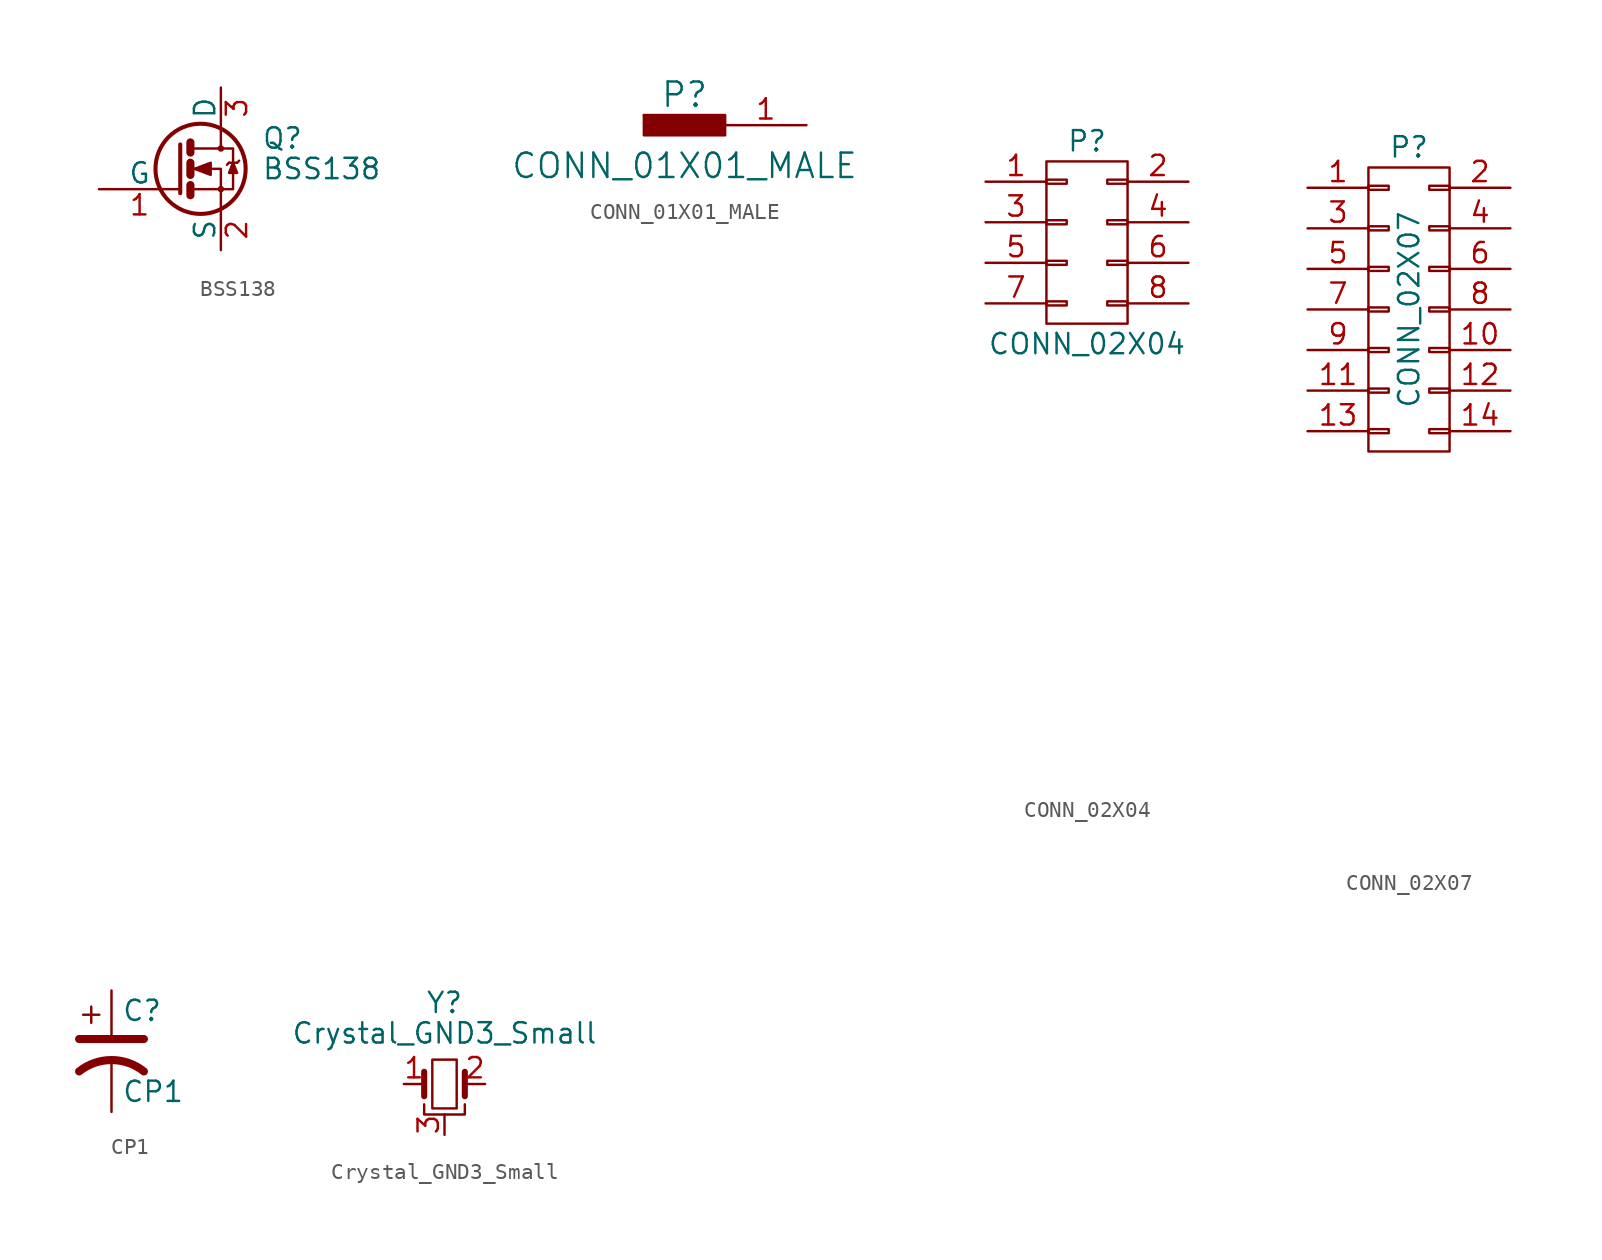
<source format=kicad_sym>
(kicad_symbol_lib
  (version 20241209)
  (generator "kicad_symbol_editor")
  (generator_version "9.0")
  (symbol "BSS138"
    (pin_names
      (offset 0))
    (property "Reference" "Q"
      (at 5.08 1.905 0)
      (effects (font (size 1.27 1.27)) (justify left)))
    (property "Value" "BSS138"
      (at 5.08 0 0)
      (effects (font (size 1.27 1.27)) (justify left)))
    (property "Datasheet" ""
      (at 0 0 0)
      (effects (font (size 1.27 1.27)) (justify left)))
    (symbol "BSS138_0_1"
      (polyline (pts (xy 0 1.524) (xy 0 -1.524) (xy 0 -1.524)) (stroke (width 0.254) (type solid)) (fill (type none)))
      (polyline (pts (xy 0.635 1.651) (xy 0.635 1.016)) (stroke (width 0.508) (type solid)) (fill (type none)))
      (polyline (pts (xy 0.635 0.381) (xy 0.635 -0.381)) (stroke (width 0.508) (type solid)) (fill (type none)))
      (polyline (pts (xy 0.635 -1.016) (xy 0.635 -1.651)) (stroke (width 0.508) (type solid)) (fill (type none)))
      (polyline (pts (xy 0.762 1.27) (xy 2.54 1.27) (xy 2.54 2.54) (xy 2.54 2.54)) (stroke (width 0) (type solid)) (fill (type none)))
      (polyline (pts (xy 0.762 0) (xy 1.27 0) (xy 2.54 0) (xy 2.54 -1.27) (xy 2.54 -1.27)) (stroke (width 0) (type solid)) (fill (type none)))
      (polyline (pts (xy 0.762 -1.27) (xy 2.54 -1.27) (xy 2.54 -2.54) (xy 2.54 -2.54)) (stroke (width 0) (type solid)) (fill (type none)))
      (polyline (pts (xy 0.889 0) (xy 1.905 0.381) (xy 1.905 -0.381) (xy 0.889 0) (xy 1.016 0) (xy 1.016 0)) (stroke (width 0) (type solid)) (fill (type outline)))
      (circle (center 1.27 0) (radius 2.819) (stroke (width 0.254) (type solid)) (fill (type none)))
      (polyline (pts (xy 2.54 1.27) (xy 3.302 1.27) (xy 3.302 -1.27) (xy 2.54 -1.27)) (stroke (width 0) (type solid)) (fill (type none)))
      (circle (center 2.54 1.27) (radius 0.127) (stroke (width 0) (type solid)) (fill (type none)))
      (circle (center 2.54 -1.27) (radius 0.127) (stroke (width 0) (type solid)) (fill (type none)))
      (polyline (pts (xy 3.048 0.381) (xy 2.921 0.254)) (stroke (width 0) (type solid)) (fill (type none)))
      (polyline (pts (xy 3.048 0.381) (xy 3.556 0.381)) (stroke (width 0) (type solid)) (fill (type none)))
      (polyline (pts (xy 3.302 0.381) (xy 3.048 -0.254) (xy 3.556 -0.254) (xy 3.302 0.381)) (stroke (width 0) (type solid)) (fill (type outline)))
      (polyline (pts (xy 3.556 0.381) (xy 3.683 0.508)) (stroke (width 0) (type solid)) (fill (type none))))
    (symbol "BSS138_1_1"
      (pin passive line (at -5.08 -1.27 0) (length 5.08) (name "G" (effects (font (size 1.27 1.27)))) (number "1" (effects (font (size 1.27 1.27)))))
      (pin passive line (at 2.54 5.08 270) (length 2.54) (name "D" (effects (font (size 1.27 1.27)))) (number "3" (effects (font (size 1.27 1.27)))))
      (pin passive line (at 2.54 -5.08 90) (length 2.54) (name "S" (effects (font (size 1.27 1.27)))) (number "2" (effects (font (size 1.27 1.27)))))))
  (symbol "CONN_01X01_MALE"
    (pin_names
      (offset 1.016)
      (hide yes))
    (property "Reference" "P"
      (at 0 1.905 0)
      (effects (font (size 1.524 1.524))))
    (property "Value" "CONN_01X01_MALE"
      (at 0 -2.54 0)
      (effects (font (size 1.524 1.524))))
    (symbol "CONN_01X01_MALE_0_1"
      (rectangle (start -2.54 0.635) (end -2.54 0.635) (stroke (width 0) (type solid)) (fill (type none)))
      (rectangle (start 2.54 0.635) (end -2.54 -0.635) (stroke (width 0) (type solid)) (fill (type outline))))
    (symbol "CONN_01X01_MALE_1_1"
      (pin bidirectional line (at 7.62 0 180) (length 5.08) (name "1" (effects (font (size 1.27 1.27)))) (number "1" (effects (font (size 1.27 1.27)))))))
  (symbol "CONN_02X04"
    (pin_names
      (offset 0.025)
      (hide yes))
    (property "Reference" "P"
      (at 0 6.35 0)
      (effects (font (size 1.27 1.27))))
    (property "Value" "CONN_02X04"
      (at 0 -6.35 0)
      (effects (font (size 1.27 1.27))))
    (property "Footprint" ""
      (at 0 -30.48 0)
      (effects (font (size 1.27 1.27))))
    (property "Datasheet" ""
      (at 0 -30.48 0)
      (effects (font (size 1.27 1.27))))
    (symbol "CONN_02X04_0_1"
      (rectangle (start -2.54 5.08) (end 2.54 -5.08) (stroke (width 0) (type solid)) (fill (type none)))
      (rectangle (start -2.54 3.937) (end -1.27 3.683) (stroke (width 0) (type solid)) (fill (type none)))
      (rectangle (start -2.54 1.397) (end -1.27 1.143) (stroke (width 0) (type solid)) (fill (type none)))
      (rectangle (start -2.54 -1.143) (end -1.27 -1.397) (stroke (width 0) (type solid)) (fill (type none)))
      (rectangle (start -2.54 -3.683) (end -1.27 -3.937) (stroke (width 0) (type solid)) (fill (type none)))
      (rectangle (start 1.27 3.937) (end 2.54 3.683) (stroke (width 0) (type solid)) (fill (type none)))
      (rectangle (start 1.27 1.397) (end 2.54 1.143) (stroke (width 0) (type solid)) (fill (type none)))
      (rectangle (start 1.27 -1.143) (end 2.54 -1.397) (stroke (width 0) (type solid)) (fill (type none)))
      (rectangle (start 1.27 -3.683) (end 2.54 -3.937) (stroke (width 0) (type solid)) (fill (type none))))
    (symbol "CONN_02X04_1_1"
      (pin passive line (at -6.35 3.81 0) (length 3.81) (name "P1" (effects (font (size 1.27 1.27)))) (number "1" (effects (font (size 1.27 1.27)))))
      (pin passive line (at -6.35 1.27 0) (length 3.81) (name "P3" (effects (font (size 1.27 1.27)))) (number "3" (effects (font (size 1.27 1.27)))))
      (pin passive line (at -6.35 -1.27 0) (length 3.81) (name "P5" (effects (font (size 1.27 1.27)))) (number "5" (effects (font (size 1.27 1.27)))))
      (pin passive line (at -6.35 -3.81 0) (length 3.81) (name "P7" (effects (font (size 1.27 1.27)))) (number "7" (effects (font (size 1.27 1.27)))))
      (pin passive line (at 6.35 3.81 180) (length 3.81) (name "P2" (effects (font (size 1.27 1.27)))) (number "2" (effects (font (size 1.27 1.27)))))
      (pin passive line (at 6.35 1.27 180) (length 3.81) (name "P4" (effects (font (size 1.27 1.27)))) (number "4" (effects (font (size 1.27 1.27)))))
      (pin passive line (at 6.35 -1.27 180) (length 3.81) (name "P6" (effects (font (size 1.27 1.27)))) (number "6" (effects (font (size 1.27 1.27)))))
      (pin passive line (at 6.35 -3.81 180) (length 3.81) (name "P8" (effects (font (size 1.27 1.27)))) (number "8" (effects (font (size 1.27 1.27)))))))
  (symbol "CONN_02X07"
    (pin_names
      (offset 0.025)
      (hide yes))
    (property "Reference" "P"
      (at 0 10.16 0)
      (effects (font (size 1.27 1.27))))
    (property "Value" "CONN_02X07"
      (at 0 0 90)
      (effects (font (size 1.27 1.27))))
    (property "Footprint" ""
      (at 0 -30.48 0)
      (effects (font (size 1.27 1.27))))
    (property "Datasheet" ""
      (at 0 -30.48 0)
      (effects (font (size 1.27 1.27))))
    (symbol "CONN_02X07_0_1"
      (rectangle (start -2.54 8.89) (end 2.54 -8.89) (stroke (width 0) (type solid)) (fill (type none)))
      (rectangle (start -2.54 7.747) (end -1.27 7.493) (stroke (width 0) (type solid)) (fill (type none)))
      (rectangle (start -2.54 5.207) (end -1.27 4.953) (stroke (width 0) (type solid)) (fill (type none)))
      (rectangle (start -2.54 2.667) (end -1.27 2.413) (stroke (width 0) (type solid)) (fill (type none)))
      (rectangle (start -2.54 0.127) (end -1.27 -0.127) (stroke (width 0) (type solid)) (fill (type none)))
      (rectangle (start -2.54 -2.413) (end -1.27 -2.667) (stroke (width 0) (type solid)) (fill (type none)))
      (rectangle (start -2.54 -4.953) (end -1.27 -5.207) (stroke (width 0) (type solid)) (fill (type none)))
      (rectangle (start -2.54 -7.493) (end -1.27 -7.747) (stroke (width 0) (type solid)) (fill (type none)))
      (rectangle (start 1.27 7.747) (end 2.54 7.493) (stroke (width 0) (type solid)) (fill (type none)))
      (rectangle (start 1.27 5.207) (end 2.54 4.953) (stroke (width 0) (type solid)) (fill (type none)))
      (rectangle (start 1.27 2.667) (end 2.54 2.413) (stroke (width 0) (type solid)) (fill (type none)))
      (rectangle (start 1.27 0.127) (end 2.54 -0.127) (stroke (width 0) (type solid)) (fill (type none)))
      (rectangle (start 1.27 -2.413) (end 2.54 -2.667) (stroke (width 0) (type solid)) (fill (type none)))
      (rectangle (start 1.27 -4.953) (end 2.54 -5.207) (stroke (width 0) (type solid)) (fill (type none)))
      (rectangle (start 1.27 -7.493) (end 2.54 -7.747) (stroke (width 0) (type solid)) (fill (type none))))
    (symbol "CONN_02X07_1_1"
      (pin passive line (at -6.35 7.62 0) (length 3.81) (name "P1" (effects (font (size 1.27 1.27)))) (number "1" (effects (font (size 1.27 1.27)))))
      (pin passive line (at -6.35 5.08 0) (length 3.81) (name "P3" (effects (font (size 1.27 1.27)))) (number "3" (effects (font (size 1.27 1.27)))))
      (pin passive line (at -6.35 2.54 0) (length 3.81) (name "P5" (effects (font (size 1.27 1.27)))) (number "5" (effects (font (size 1.27 1.27)))))
      (pin passive line (at -6.35 0 0) (length 3.81) (name "P7" (effects (font (size 1.27 1.27)))) (number "7" (effects (font (size 1.27 1.27)))))
      (pin passive line (at -6.35 -2.54 0) (length 3.81) (name "P9" (effects (font (size 1.27 1.27)))) (number "9" (effects (font (size 1.27 1.27)))))
      (pin passive line (at -6.35 -5.08 0) (length 3.81) (name "P11" (effects (font (size 1.27 1.27)))) (number "11" (effects (font (size 1.27 1.27)))))
      (pin passive line (at -6.35 -7.62 0) (length 3.81) (name "P13" (effects (font (size 1.27 1.27)))) (number "13" (effects (font (size 1.27 1.27)))))
      (pin passive line (at 6.35 7.62 180) (length 3.81) (name "P2" (effects (font (size 1.27 1.27)))) (number "2" (effects (font (size 1.27 1.27)))))
      (pin passive line (at 6.35 5.08 180) (length 3.81) (name "P4" (effects (font (size 1.27 1.27)))) (number "4" (effects (font (size 1.27 1.27)))))
      (pin passive line (at 6.35 2.54 180) (length 3.81) (name "P6" (effects (font (size 1.27 1.27)))) (number "6" (effects (font (size 1.27 1.27)))))
      (pin passive line (at 6.35 0 180) (length 3.81) (name "P8" (effects (font (size 1.27 1.27)))) (number "8" (effects (font (size 1.27 1.27)))))
      (pin passive line (at 6.35 -2.54 180) (length 3.81) (name "P10" (effects (font (size 1.27 1.27)))) (number "10" (effects (font (size 1.27 1.27)))))
      (pin passive line (at 6.35 -5.08 180) (length 3.81) (name "P12" (effects (font (size 1.27 1.27)))) (number "12" (effects (font (size 1.27 1.27)))))
      (pin passive line (at 6.35 -7.62 180) (length 3.81) (name "P14" (effects (font (size 1.27 1.27)))) (number "14" (effects (font (size 1.27 1.27)))))))
  (symbol "CP1"
    (pin_numbers
      (hide yes))
    (pin_names
      (offset 0.254)
      (hide yes))
    (property "Reference" "C"
      (at 0.635 2.54 0)
      (effects (font (size 1.27 1.27)) (justify left)))
    (property "Value" "CP1"
      (at 0.635 -2.54 0)
      (effects (font (size 1.27 1.27)) (justify left)))
    (property "Footprint" ""
      (at 0 0 0)
      (effects (font (size 1.27 1.27))))
    (property "Datasheet" ""
      (at 0 0 0)
      (effects (font (size 1.27 1.27))))
    (symbol "CP1_0_1"
      (polyline (pts (xy -2.032 0.762) (xy 2.032 0.762)) (stroke (width 0.508) (type solid)) (fill (type none)))
      (polyline (pts (xy -1.778 2.286) (xy -0.762 2.286)) (stroke (width 0) (type solid)) (fill (type none)))
      (polyline (pts (xy -1.27 1.778) (xy -1.27 2.794)) (stroke (width 0) (type solid)) (fill (type none)))
      (arc (start -2.032 -1.27) (mid 0 -0.5572) (end 2.032 -1.27) (stroke (width 0.508) (type solid)) (fill (type none))))
    (symbol "CP1_1_1"
      (pin passive line (at 0 3.81 270) (length 2.794) (name "~" (effects (font (size 1.27 1.27)))) (number "1" (effects (font (size 1.27 1.27)))))
      (pin passive line (at 0 -3.81 90) (length 3.302) (name "~" (effects (font (size 1.27 1.27)))) (number "2" (effects (font (size 1.27 1.27)))))))
  (symbol "Crystal_GND3_Small"
    (pin_names
      (offset 1.016)
      (hide yes))
    (property "Reference" "Y"
      (at 0 5.08 0)
      (effects (font (size 1.27 1.27))))
    (property "Value" "Crystal_GND3_Small"
      (at 0 3.175 0)
      (effects (font (size 1.27 1.27))))
    (property "Footprint" ""
      (at 0 0 0)
      (effects (font (size 1.27 1.27))))
    (property "Datasheet" ""
      (at 0 0 0)
      (effects (font (size 1.27 1.27))))
    (symbol "Crystal_GND3_Small_0_1"
      (polyline (pts (xy -1.27 -0.762) (xy -1.27 0.762)) (stroke (width 0.381) (type solid)) (fill (type none)))
      (polyline (pts (xy -1.27 -1.27) (xy -1.27 -1.905) (xy 1.27 -1.905) (xy 1.27 -1.27)) (stroke (width 0) (type solid)) (fill (type none)))
      (rectangle (start -0.762 -1.524) (end 0.762 1.524) (stroke (width 0) (type solid)) (fill (type none)))
      (polyline (pts (xy 1.27 -0.762) (xy 1.27 0.762)) (stroke (width 0.381) (type solid)) (fill (type none))))
    (symbol "Crystal_GND3_Small_1_1"
      (pin passive line (at -2.54 0 0) (length 1.27) (name "1" (effects (font (size 1.27 1.27)))) (number "1" (effects (font (size 1.27 1.27)))))
      (pin passive line (at 0 -3.175 90) (length 1.27) (name "3" (effects (font (size 1.27 1.27)))) (number "3" (effects (font (size 1.27 1.27)))))
      (pin passive line (at 2.54 0 180) (length 1.27) (name "2" (effects (font (size 1.27 1.27)))) (number "2" (effects (font (size 1.27 1.27))))))))
</source>
